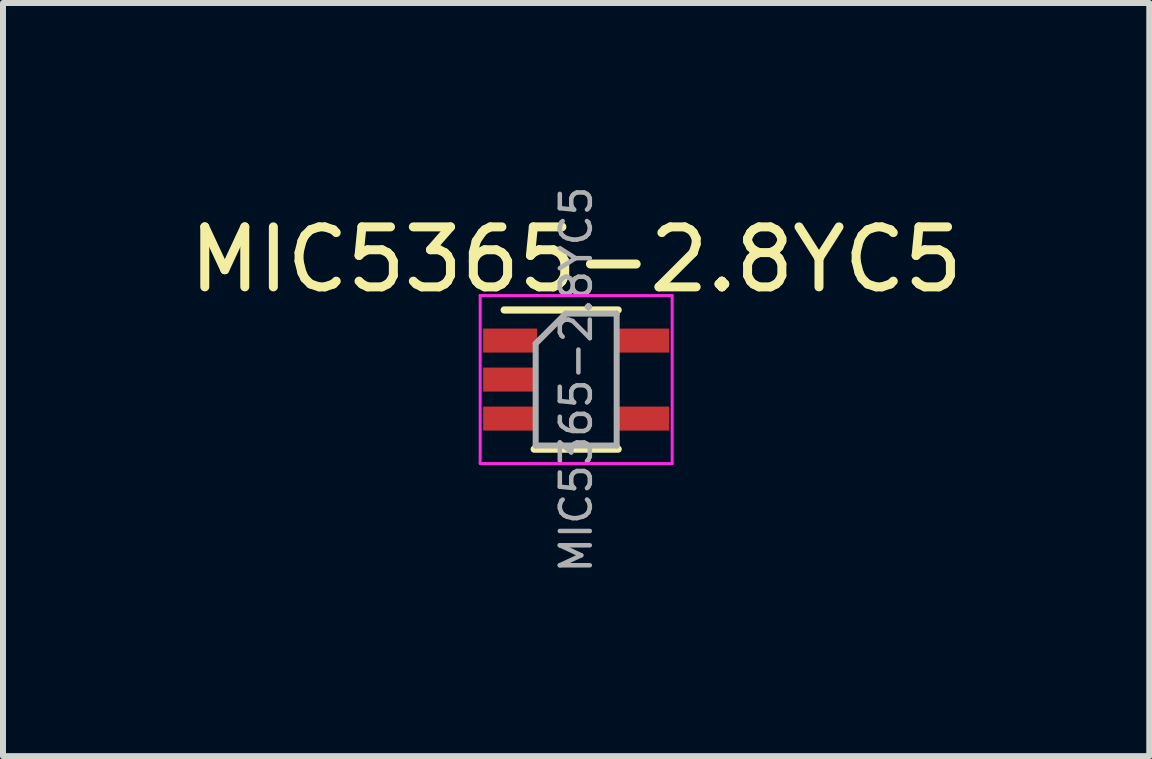
<source format=kicad_pcb>
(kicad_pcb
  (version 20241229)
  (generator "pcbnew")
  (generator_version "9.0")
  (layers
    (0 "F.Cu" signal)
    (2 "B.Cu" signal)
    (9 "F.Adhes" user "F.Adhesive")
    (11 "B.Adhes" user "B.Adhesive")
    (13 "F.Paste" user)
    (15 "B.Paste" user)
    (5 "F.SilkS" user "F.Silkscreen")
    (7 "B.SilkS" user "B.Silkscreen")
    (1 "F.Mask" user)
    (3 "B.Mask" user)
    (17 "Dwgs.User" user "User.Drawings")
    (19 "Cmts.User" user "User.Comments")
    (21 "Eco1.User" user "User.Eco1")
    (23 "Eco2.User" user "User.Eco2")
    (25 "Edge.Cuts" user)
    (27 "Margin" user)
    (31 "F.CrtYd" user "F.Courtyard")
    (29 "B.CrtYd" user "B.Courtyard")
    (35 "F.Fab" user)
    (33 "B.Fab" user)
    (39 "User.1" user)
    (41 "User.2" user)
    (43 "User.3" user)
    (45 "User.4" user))
  (footprint "MIC5365-2.8YC5"
    (layer "F.Cu")
    (at 6.554 3.277)
    (property "Reference" "MIC5365-2.8YC5" (at 0 -2 0) (layer "F.SilkS") (effects (font (size 1 1) (thickness 0.15))))
    (attr smd)
    (fp_line (start -0.7 1.16) (end 0.7 1.16) (stroke (width 0.12) (type solid)) (layer "F.SilkS"))
    (fp_line (start 0.7 -1.16) (end -1.2 -1.16) (stroke (width 0.12) (type solid)) (layer "F.SilkS"))
    (fp_line (start -1.6 -1.4) (end -1.6 1.4) (stroke (width 0.05) (type solid)) (layer "F.CrtYd"))
    (fp_line (start -1.6 -1.4) (end 1.6 -1.4) (stroke (width 0.05) (type solid)) (layer "F.CrtYd"))
    (fp_line (start -1.6 1.4) (end 1.6 1.4) (stroke (width 0.05) (type solid)) (layer "F.CrtYd"))
    (fp_line (start 1.6 1.4) (end 1.6 -1.4) (stroke (width 0.05) (type solid)) (layer "F.CrtYd"))
    (fp_line (start -0.675 -0.6) (end -0.675 1.1) (stroke (width 0.1) (type solid)) (layer "F.Fab"))
    (fp_line (start -0.175 -1.1) (end -0.675 -0.6) (stroke (width 0.1) (type solid)) (layer "F.Fab"))
    (fp_line (start 0.675 -1.1) (end -0.175 -1.1) (stroke (width 0.1) (type solid)) (layer "F.Fab"))
    (fp_line (start 0.675 -1.1) (end 0.675 1.1) (stroke (width 0.1) (type solid)) (layer "F.Fab"))
    (fp_line (start 0.675 1.1) (end -0.675 1.1) (stroke (width 0.1) (type solid)) (layer "F.Fab"))
    (fp_text user "${REFERENCE}" (at 0 0 90) (layer "F.Fab") (effects (font (size 0.5 0.5) (thickness 0.075))))
    (pad "1" smd rect (at -1.1 -0.65) (size 0.9 0.4) (layers "F.Cu" "F.Mask" "F.Paste"))
    (pad "2" smd rect (at -1.1 0) (size 0.9 0.4) (layers "F.Cu" "F.Mask" "F.Paste"))
    (pad "3" smd rect (at -1.1 0.65) (size 0.9 0.4) (layers "F.Cu" "F.Mask" "F.Paste"))
    (pad "4" smd rect (at 1.1 0.65) (size 0.9 0.4) (layers "F.Cu" "F.Mask" "F.Paste"))
    (pad "5" smd rect (at 1.1 -0.65) (size 0.9 0.4) (layers "F.Cu" "F.Mask" "F.Paste")))
  (gr_rect
    (start -3 -3)
    (end 16.107 9.554)
    (stroke (width 0.1) (type default))
    (fill no)
    (layer "Edge.Cuts")))
</source>
